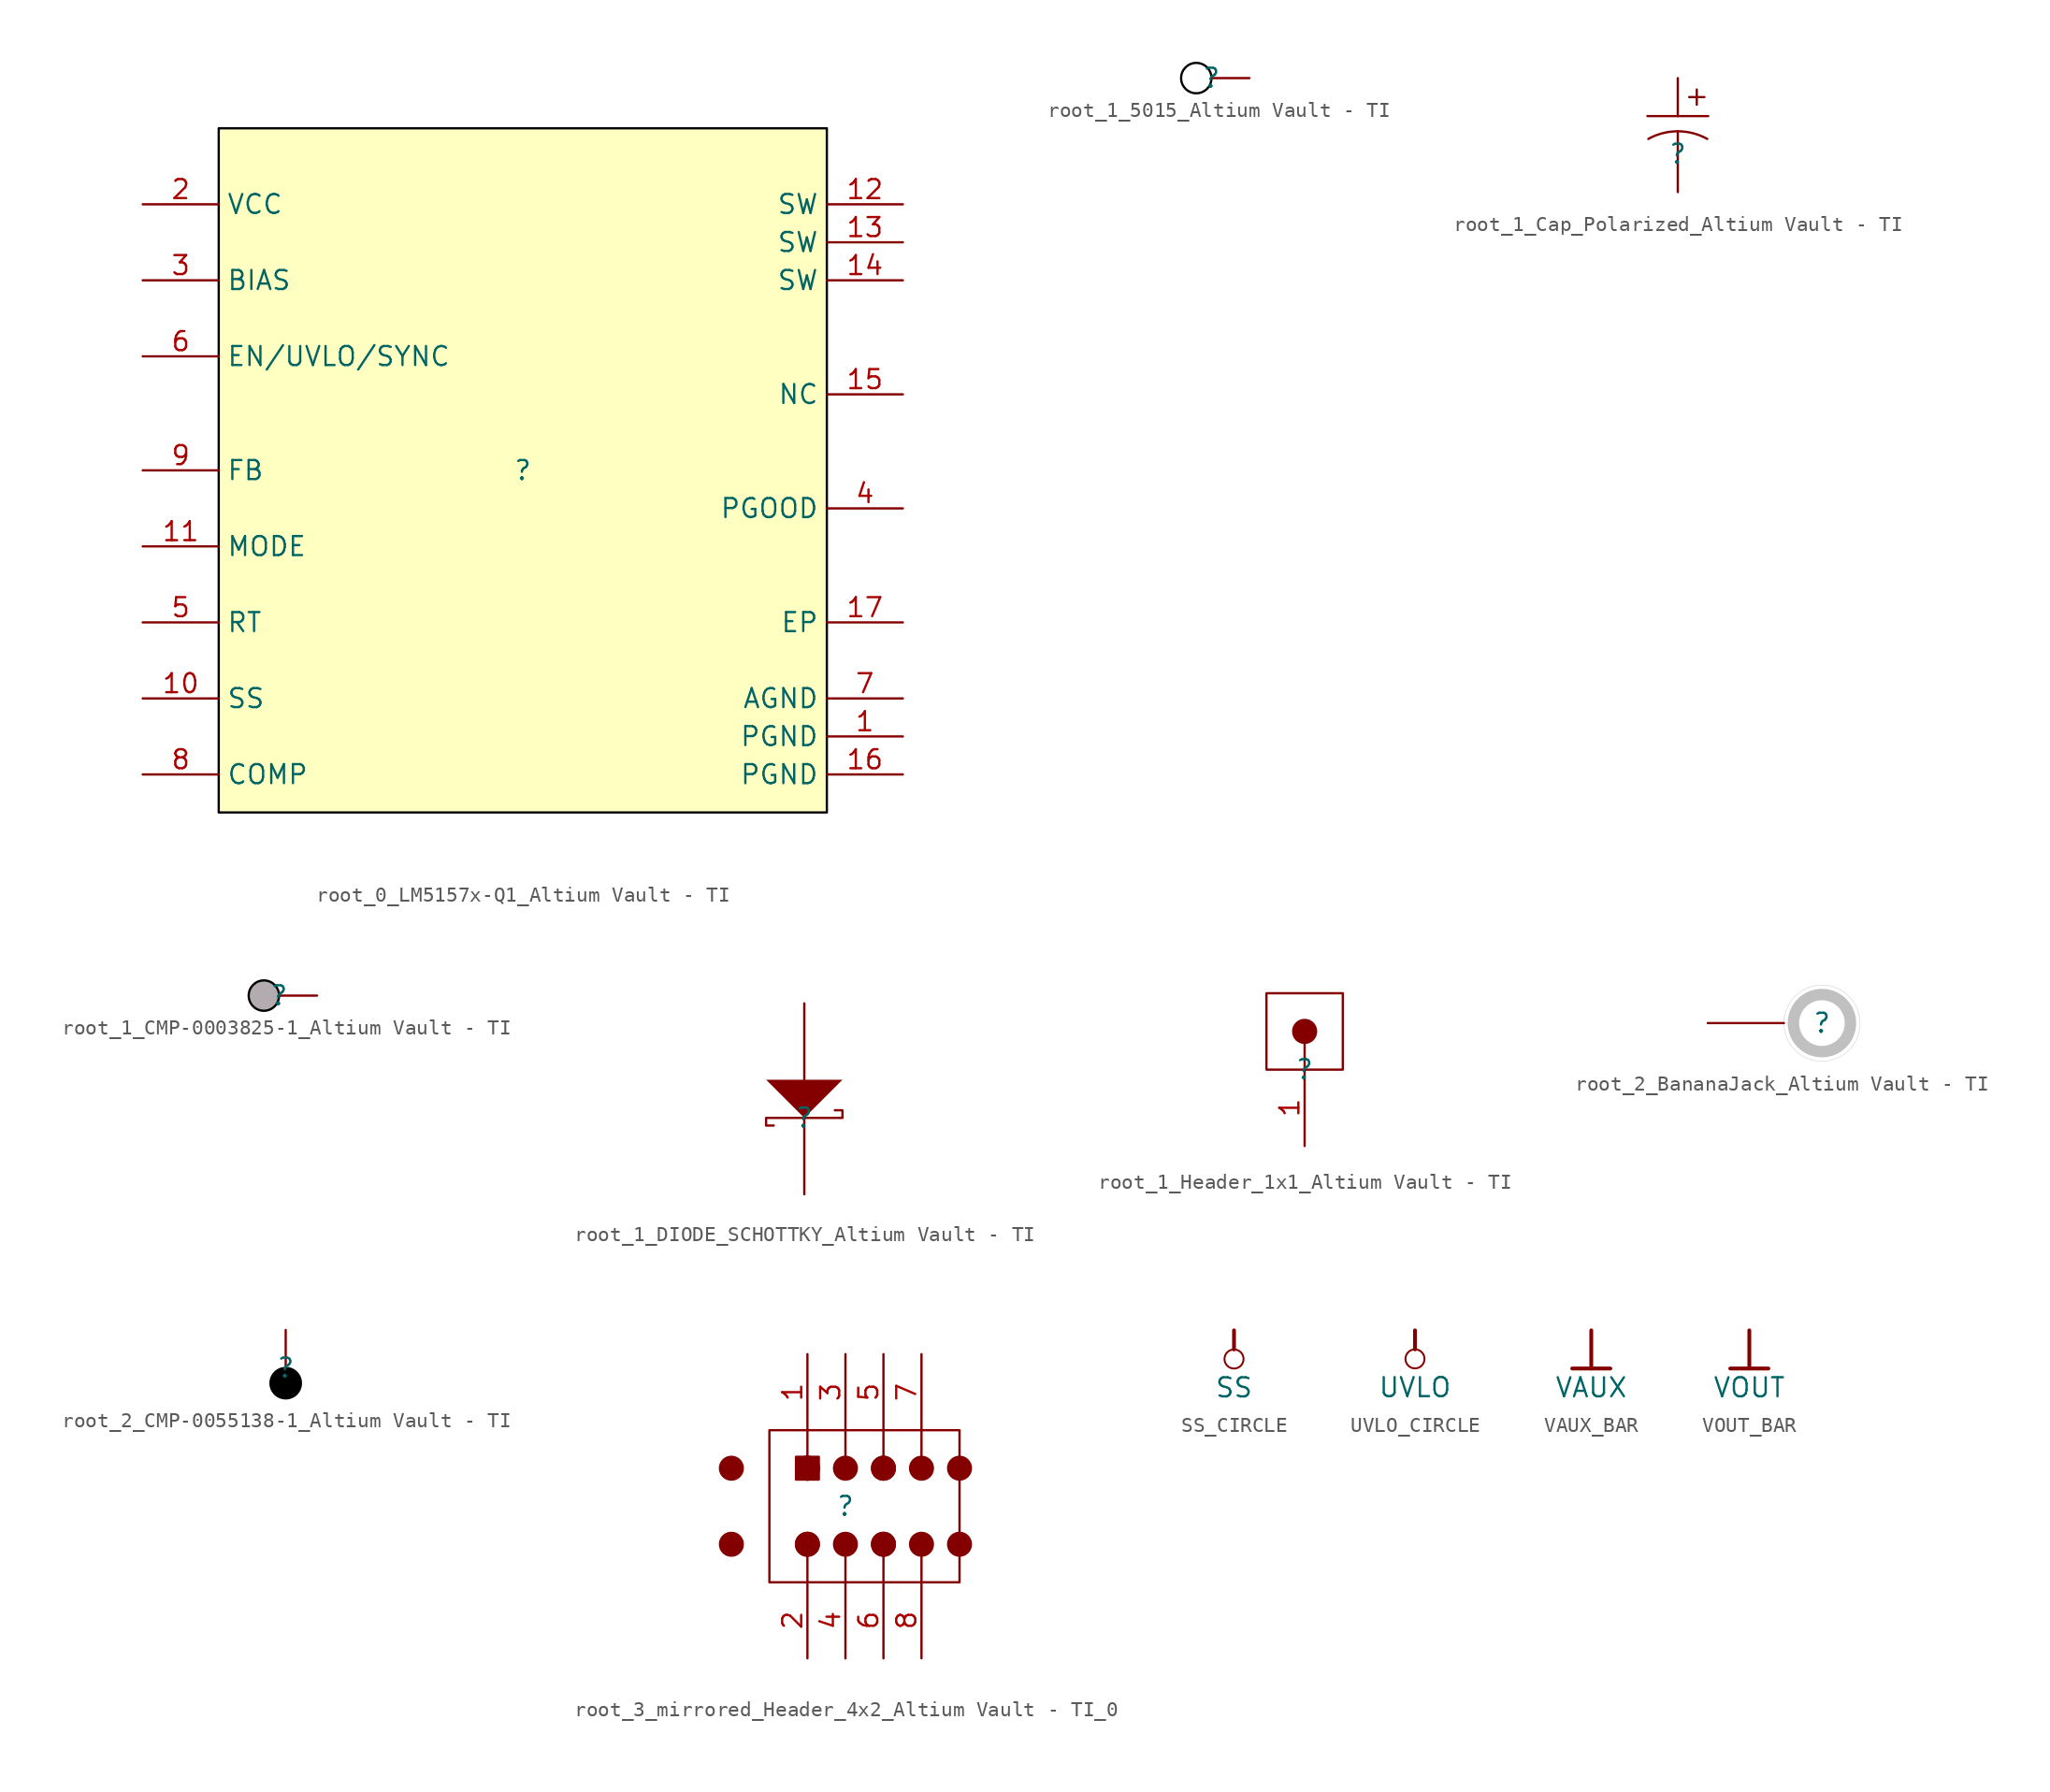
<source format=kicad_sym>
(kicad_symbol_lib
  (version 20241209)
  (generator "kicad_symbol_editor")
  (generator_version "9.0")
  (symbol "root_0_LM5157x-Q1_Altium Vault - TI"
    (property "Reference" ""
      (at 0 0 0)
      (effects (font (size 1.27 1.27))))
    (property "Value" ""
      (at 0 0 0)
      (effects (font (size 1.27 1.27))))
    (symbol "root_0_LM5157x-Q1_Altium Vault - TI_1_0"
      (rectangle (start 20.32 22.86) (end -20.32 -22.86) (stroke (width 0) (type solid) (color 0 0 0 1)) (fill (type background)))
      (pin power_in line (at -25.4 17.78 0) (length 5.08) (name "VCC" (effects (font (size 1.27 1.27)))) (number "2" (effects (font (size 1.27 1.27)))))
      (pin passive line (at -25.4 12.7 0) (length 5.08) (name "BIAS" (effects (font (size 1.27 1.27)))) (number "3" (effects (font (size 1.27 1.27)))))
      (pin input line (at -25.4 7.62 0) (length 5.08) (name "EN/UVLO/SYNC" (effects (font (size 1.27 1.27)))) (number "6" (effects (font (size 1.27 1.27)))))
      (pin input line (at -25.4 0 0) (length 5.08) (name "FB" (effects (font (size 1.27 1.27)))) (number "9" (effects (font (size 1.27 1.27)))))
      (pin input line (at -25.4 -5.08 0) (length 5.08) (name "MODE" (effects (font (size 1.27 1.27)))) (number "11" (effects (font (size 1.27 1.27)))))
      (pin passive line (at -25.4 -10.16 0) (length 5.08) (name "RT" (effects (font (size 1.27 1.27)))) (number "5" (effects (font (size 1.27 1.27)))))
      (pin input line (at -25.4 -15.24 0) (length 5.08) (name "SS" (effects (font (size 1.27 1.27)))) (number "10" (effects (font (size 1.27 1.27)))))
      (pin passive line (at -25.4 -20.32 0) (length 5.08) (name "COMP" (effects (font (size 1.27 1.27)))) (number "8" (effects (font (size 1.27 1.27)))))
      (pin power_in line (at 25.4 17.78 180) (length 5.08) (name "SW" (effects (font (size 1.27 1.27)))) (number "12" (effects (font (size 1.27 1.27)))))
      (pin power_in line (at 25.4 15.24 180) (length 5.08) (name "SW" (effects (font (size 1.27 1.27)))) (number "13" (effects (font (size 1.27 1.27)))))
      (pin power_in line (at 25.4 12.7 180) (length 5.08) (name "SW" (effects (font (size 1.27 1.27)))) (number "14" (effects (font (size 1.27 1.27)))))
      (pin passive line (at 25.4 5.08 180) (length 5.08) (name "NC" (effects (font (size 1.27 1.27)))) (number "15" (effects (font (size 1.27 1.27)))))
      (pin passive line (at 25.4 -2.54 180) (length 5.08) (name "PGOOD" (effects (font (size 1.27 1.27)))) (number "4" (effects (font (size 1.27 1.27)))))
      (pin passive line (at 25.4 -10.16 180) (length 5.08) (name "EP" (effects (font (size 1.27 1.27)))) (number "17" (effects (font (size 1.27 1.27)))))
      (pin power_in line (at 25.4 -15.24 180) (length 5.08) (name "AGND" (effects (font (size 1.27 1.27)))) (number "7" (effects (font (size 1.27 1.27)))))
      (pin power_in line (at 25.4 -17.78 180) (length 5.08) (name "PGND" (effects (font (size 1.27 1.27)))) (number "1" (effects (font (size 1.27 1.27)))))
      (pin power_in line (at 25.4 -20.32 180) (length 5.08) (name "PGND" (effects (font (size 1.27 1.27)))) (number "16" (effects (font (size 1.27 1.27)))))))
  (symbol "root_1_5015_Altium Vault - TI"
    (pin_numbers
      (hide yes))
    (pin_names
      (hide yes))
    (property "Reference" ""
      (at 0 0 0)
      (effects (font (size 1.27 1.27))))
    (property "Value" ""
      (at 0 0 0)
      (effects (font (size 1.27 1.27))))
    (symbol "root_1_5015_Altium Vault - TI_1_0"
      (circle (center -1.016 0) (radius 1.016) (stroke (width 0) (type solid) (color 0 0 0 1)) (fill (type color) (color 255 255 255 1)))
      (pin passive line (at 2.54 0 180) (length 2.54) (name "" (effects (font (size 1.27 1.27)))) (number "1" (effects (font (size 1.27 1.27)))))))
  (symbol "root_1_Cap_Polarized_Altium Vault - TI"
    (pin_numbers
      (hide yes))
    (pin_names
      (hide yes))
    (property "Reference" ""
      (at 0 0 0)
      (effects (font (size 1.27 1.27))))
    (property "Value" ""
      (at 0 0 0)
      (effects (font (size 1.27 1.27))))
    (symbol "root_1_Cap_Polarized_Altium Vault - TI_1_0"
      (polyline (pts (xy -2.032 2.54) (xy 2.032 2.54)) (stroke (width 0) (type solid)) (fill (type none)))
      (polyline (pts (xy 0 1.524) (xy 0 0)) (stroke (width 0) (type solid)) (fill (type none)))
      (arc (start -1.9703 1.0145) (mid -1.0176 1.3946) (end 0 1.524) (stroke (width 0) (type solid)) (fill (type none)))
      (arc (start 0 1.524) (mid 1.0175 1.3946) (end 1.9703 1.0145) (stroke (width 0) (type solid)) (fill (type none)))
      (polyline (pts (xy 0.762 3.81) (xy 1.778 3.81)) (stroke (width 0) (type solid)) (fill (type none)))
      (polyline (pts (xy 1.27 3.302) (xy 1.27 4.318)) (stroke (width 0) (type solid)) (fill (type none)))
      (pin passive line (at 0 5.08 270) (length 2.54) (name "+" (effects (font (size 1.27 1.27)))) (number "1" (effects (font (size 1.27 1.27)))))
      (pin passive line (at 0 -2.54 90) (length 2.54) (name "-" (effects (font (size 1.27 1.27)))) (number "2" (effects (font (size 1.27 1.27)))))))
  (symbol "root_1_CMP-0003825-1_Altium Vault - TI"
    (pin_numbers
      (hide yes))
    (pin_names
      (hide yes))
    (property "Reference" ""
      (at 0 0 0)
      (effects (font (size 1.27 1.27))))
    (property "Value" ""
      (at 0 0 0)
      (effects (font (size 1.27 1.27))))
    (symbol "root_1_CMP-0003825-1_Altium Vault - TI_1_0"
      (circle (center -1.016 0) (radius 1.016) (stroke (width 0) (type solid) (color 0 0 0 1)) (fill (type color) (color 178 172 176 1)))
      (pin passive line (at 2.54 0 180) (length 2.54) (name "" (effects (font (size 1.27 1.27)))) (number "1" (effects (font (size 1.27 1.27)))))))
  (symbol "root_1_DIODE_SCHOTTKY_Altium Vault - TI"
    (pin_numbers
      (hide yes))
    (pin_names
      (hide yes))
    (property "Reference" ""
      (at 0 0 0)
      (effects (font (size 1.27 1.27))))
    (property "Value" ""
      (at 0 0 0)
      (effects (font (size 1.27 1.27))))
    (symbol "root_1_DIODE_SCHOTTKY_Altium Vault - TI_1_0"
      (polyline (pts (xy -2.54 2.54) (xy 0 0) (xy 2.54 2.54) (xy -2.54 2.54)) (stroke (width -0.0001) (type solid)) (fill (type outline)))
      (polyline (pts (xy -2.032 -0.508) (xy -2.54 -0.508) (xy -2.54 0) (xy 2.54 0) (xy 2.54 0.508) (xy 2.032 0.508)) (stroke (width 0) (type solid)) (fill (type none)))
      (pin passive line (at 0 7.62 270) (length 5.08) (name "A" (effects (font (size 1.27 1.27)))) (number "2" (effects (font (size 1.27 1.27)))))
      (pin passive line (at 0 -5.08 90) (length 5.08) (name "K" (effects (font (size 1.27 1.27)))) (number "1" (effects (font (size 1.27 1.27)))))))
  (symbol "root_1_Header_1x1_Altium Vault - TI"
    (pin_names
      (hide yes))
    (property "Reference" ""
      (at 0 0 0)
      (effects (font (size 1.27 1.27))))
    (property "Value" ""
      (at 0 0 0)
      (effects (font (size 1.27 1.27))))
    (symbol "root_1_Header_1x1_Altium Vault - TI_1_0"
      (circle (center 0 2.54) (radius 0.762) (stroke (width 0) (type solid)) (fill (type outline)))
      (polyline (pts (xy 0 0) (xy 0 1.778)) (stroke (width 0) (type solid)) (fill (type none)))
      (rectangle (start 2.54 5.08) (end -2.54 0) (stroke (width 0) (type solid)) (fill (type color) (color 255 255 255 1)))
      (pin passive line (at 0 -5.08 90) (length 5.08) (name "1" (effects (font (size 1.27 1.27)))) (number "1" (effects (font (size 1.27 1.27)))))))
  (symbol "root_2_BananaJack_Altium Vault - TI"
    (pin_numbers
      (hide yes))
    (pin_names
      (hide yes))
    (property "Reference" ""
      (at 0 0 0)
      (effects (font (size 1.27 1.27))))
    (property "Value" ""
      (at 0 0 0)
      (effects (font (size 1.27 1.27))))
    (symbol "root_2_BananaJack_Altium Vault - TI_1_0"
      (arc (start -2.5399 -0.0214) (mid 2.5398 0.028) (end -2.5398 -0.0346) (stroke (width 0.0254) (type solid) (color 192 192 192 1)) (fill (type none)))
      (circle (center 0 0) (radius 1.905) (stroke (width 0.762) (type solid) (color 192 192 192 1)) (fill (type none)))
      (pin passive line (at -7.62 0 0) (length 5.08) (name "1" (effects (font (size 1.27 1.27)))) (number "1" (effects (font (size 1.27 1.27)))))))
  (symbol "root_2_CMP-0055138-1_Altium Vault - TI"
    (pin_numbers
      (hide yes))
    (pin_names
      (hide yes))
    (property "Reference" ""
      (at 0 0 0)
      (effects (font (size 1.27 1.27))))
    (property "Value" ""
      (at 0 0 0)
      (effects (font (size 1.27 1.27))))
    (symbol "root_2_CMP-0055138-1_Altium Vault - TI_1_0"
      (circle (center 0 -1.016) (radius 1.016) (stroke (width 0) (type solid) (color 0 0 0 1)) (fill (type outline)))
      (pin passive line (at 0 2.54 270) (length 2.54) (name "" (effects (font (size 1.27 1.27)))) (number "1" (effects (font (size 1.27 1.27)))))))
  (symbol "root_3_mirrored_Header_4x2_Altium Vault - TI_0"
    (pin_names
      (hide yes))
    (property "Reference" ""
      (at 0 0 0)
      (effects (font (size 1.27 1.27))))
    (property "Value" ""
      (at 0 0 0)
      (effects (font (size 1.27 1.27))))
    (symbol "root_3_mirrored_Header_4x2_Altium Vault - TI_0_1_0"
      (circle (center -7.62 2.54) (radius 0.762) (stroke (width 0) (type solid)) (fill (type outline)))
      (circle (center -7.62 -2.54) (radius 0.762) (stroke (width 0) (type solid)) (fill (type outline)))
      (polyline (pts (xy -2.54 5.08) (xy -2.54 3.302)) (stroke (width 0) (type solid)) (fill (type none)))
      (circle (center -2.54 2.54) (radius 0.762) (stroke (width 0) (type solid)) (fill (type outline)))
      (circle (center -2.54 2.54) (radius 0.762) (stroke (width 0) (type solid)) (fill (type outline)))
      (circle (center -2.54 -2.54) (radius 0.762) (stroke (width 0) (type solid)) (fill (type outline)))
      (circle (center -2.54 -2.54) (radius 0.762) (stroke (width 0) (type solid)) (fill (type outline)))
      (polyline (pts (xy -2.54 -5.08) (xy -2.54 -3.302)) (stroke (width 0) (type solid)) (fill (type none)))
      (rectangle (start -1.778 3.302) (end -3.302 1.778) (stroke (width 0) (type solid)) (fill (type outline)))
      (polyline (pts (xy 0 5.08) (xy 0 3.302)) (stroke (width 0) (type solid)) (fill (type none)))
      (circle (center 0 2.54) (radius 0.762) (stroke (width 0) (type solid)) (fill (type outline)))
      (circle (center 0 -2.54) (radius 0.762) (stroke (width 0) (type solid)) (fill (type outline)))
      (polyline (pts (xy 0 -5.08) (xy 0 -3.302)) (stroke (width 0) (type solid)) (fill (type none)))
      (polyline (pts (xy 2.54 5.08) (xy 2.54 3.302)) (stroke (width 0) (type solid)) (fill (type none)))
      (circle (center 2.54 2.54) (radius 0.762) (stroke (width 0) (type solid)) (fill (type outline)))
      (circle (center 2.54 2.54) (radius 0.762) (stroke (width 0) (type solid)) (fill (type outline)))
      (circle (center 2.54 -2.54) (radius 0.762) (stroke (width 0) (type solid)) (fill (type outline)))
      (circle (center 2.54 -2.54) (radius 0.762) (stroke (width 0) (type solid)) (fill (type outline)))
      (polyline (pts (xy 2.54 -5.08) (xy 2.54 -3.302)) (stroke (width 0) (type solid)) (fill (type none)))
      (polyline (pts (xy 5.08 5.08) (xy 5.08 3.302)) (stroke (width 0) (type solid)) (fill (type none)))
      (circle (center 5.08 2.54) (radius 0.762) (stroke (width 0) (type solid)) (fill (type outline)))
      (circle (center 5.08 -2.54) (radius 0.762) (stroke (width 0) (type solid)) (fill (type outline)))
      (polyline (pts (xy 5.08 -5.08) (xy 5.08 -3.302)) (stroke (width 0) (type solid)) (fill (type none)))
      (rectangle (start 7.62 5.08) (end -5.08 -5.08) (stroke (width 0) (type solid)) (fill (type color) (color 255 255 255 1)))
      (circle (center 7.62 2.54) (radius 0.762) (stroke (width 0) (type solid)) (fill (type outline)))
      (circle (center 7.62 -2.54) (radius 0.762) (stroke (width 0) (type solid)) (fill (type outline)))
      (pin passive line (at -2.54 10.16 270) (length 5.08) (name "1" (effects (font (size 1.27 1.27)))) (number "1" (effects (font (size 1.27 1.27)))))
      (pin passive line (at -2.54 -10.16 90) (length 5.08) (name "2" (effects (font (size 1.27 1.27)))) (number "2" (effects (font (size 1.27 1.27)))))
      (pin passive line (at 0 10.16 270) (length 5.08) (name "3" (effects (font (size 1.27 1.27)))) (number "3" (effects (font (size 1.27 1.27)))))
      (pin passive line (at 0 -10.16 90) (length 5.08) (name "4" (effects (font (size 1.27 1.27)))) (number "4" (effects (font (size 1.27 1.27)))))
      (pin passive line (at 2.54 10.16 270) (length 5.08) (name "5" (effects (font (size 1.27 1.27)))) (number "5" (effects (font (size 1.27 1.27)))))
      (pin passive line (at 2.54 -10.16 90) (length 5.08) (name "6" (effects (font (size 1.27 1.27)))) (number "6" (effects (font (size 1.27 1.27)))))
      (pin passive line (at 5.08 10.16 270) (length 5.08) (name "7" (effects (font (size 1.27 1.27)))) (number "7" (effects (font (size 1.27 1.27)))))
      (pin passive line (at 5.08 -10.16 90) (length 5.08) (name "8" (effects (font (size 1.27 1.27)))) (number "8" (effects (font (size 1.27 1.27)))))))
  (symbol "SS_CIRCLE"
    (power)
    (property "Reference" "#PWR"
      (at 0 0 0)
      (effects (font (size 1.27 1.27)) (hide yes)))
    (property "Value" "SS"
      (at 0 -3.81 0)
      (effects (font (size 1.27 1.27))))
    (symbol "SS_CIRCLE_0_0"
      (polyline (pts (xy 0 0) (xy 0 -1.27)) (stroke (width 0.254) (type solid)) (fill (type none)))
      (circle (center 0 -1.905) (radius 0.635) (stroke (width 0.127) (type solid)) (fill (type none)))
      (pin power_in line (at 0 0 0) (length 0) (hide yes) (name "SS" (effects (font (size 1.27 1.27)))) (number "" (effects (font (size 1.27 1.27)))))))
  (symbol "UVLO_CIRCLE"
    (power)
    (property "Reference" "#PWR"
      (at 0 0 0)
      (effects (font (size 1.27 1.27)) (hide yes)))
    (property "Value" "UVLO"
      (at 0 -3.81 0)
      (effects (font (size 1.27 1.27))))
    (symbol "UVLO_CIRCLE_0_0"
      (polyline (pts (xy 0 0) (xy 0 -1.27)) (stroke (width 0.254) (type solid)) (fill (type none)))
      (circle (center 0 -1.905) (radius 0.635) (stroke (width 0.127) (type solid)) (fill (type none)))
      (pin power_in line (at 0 0 0) (length 0) (hide yes) (name "UVLO" (effects (font (size 1.27 1.27)))) (number "" (effects (font (size 1.27 1.27)))))))
  (symbol "VAUX_BAR"
    (power)
    (property "Reference" "#PWR"
      (at 0 0 0)
      (effects (font (size 1.27 1.27)) (hide yes)))
    (property "Value" "VAUX"
      (at 0 -3.81 0)
      (effects (font (size 1.27 1.27))))
    (symbol "VAUX_BAR_0_0"
      (polyline (pts (xy -1.27 -2.54) (xy 1.27 -2.54)) (stroke (width 0.254) (type solid)) (fill (type none)))
      (polyline (pts (xy 0 0) (xy 0 -2.54)) (stroke (width 0.254) (type solid)) (fill (type none)))
      (pin power_in line (at 0 0 0) (length 0) (hide yes) (name "VAUX" (effects (font (size 1.27 1.27)))) (number "" (effects (font (size 1.27 1.27)))))))
  (symbol "VOUT_BAR"
    (power)
    (property "Reference" "#PWR"
      (at 0 0 0)
      (effects (font (size 1.27 1.27)) (hide yes)))
    (property "Value" "VOUT"
      (at 0 -3.81 0)
      (effects (font (size 1.27 1.27))))
    (symbol "VOUT_BAR_0_0"
      (polyline (pts (xy -1.27 -2.54) (xy 1.27 -2.54)) (stroke (width 0.254) (type solid)) (fill (type none)))
      (polyline (pts (xy 0 0) (xy 0 -2.54)) (stroke (width 0.254) (type solid)) (fill (type none)))
      (pin power_in line (at 0 0 0) (length 0) (hide yes) (name "VOUT" (effects (font (size 1.27 1.27)))) (number "" (effects (font (size 1.27 1.27))))))))
</source>
